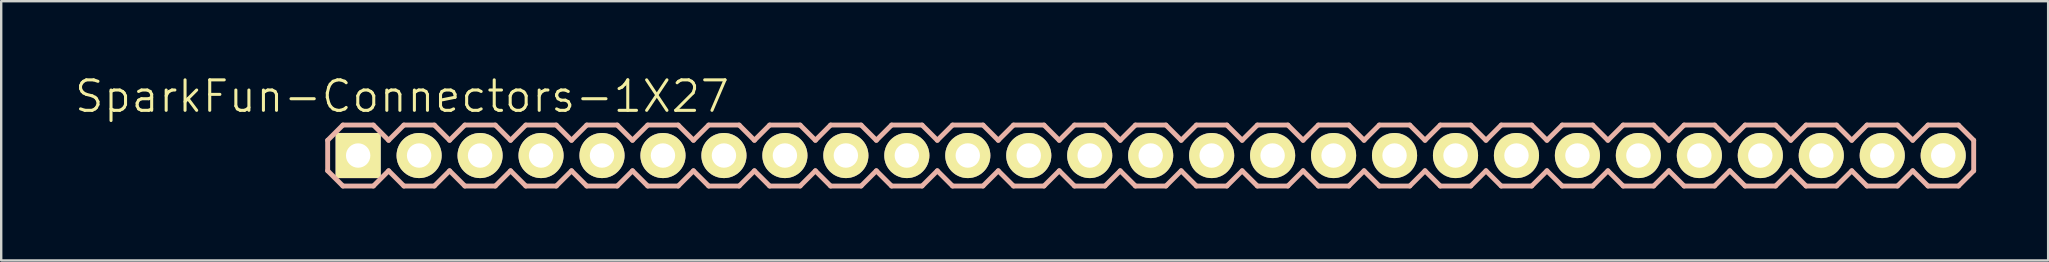
<source format=kicad_pcb>
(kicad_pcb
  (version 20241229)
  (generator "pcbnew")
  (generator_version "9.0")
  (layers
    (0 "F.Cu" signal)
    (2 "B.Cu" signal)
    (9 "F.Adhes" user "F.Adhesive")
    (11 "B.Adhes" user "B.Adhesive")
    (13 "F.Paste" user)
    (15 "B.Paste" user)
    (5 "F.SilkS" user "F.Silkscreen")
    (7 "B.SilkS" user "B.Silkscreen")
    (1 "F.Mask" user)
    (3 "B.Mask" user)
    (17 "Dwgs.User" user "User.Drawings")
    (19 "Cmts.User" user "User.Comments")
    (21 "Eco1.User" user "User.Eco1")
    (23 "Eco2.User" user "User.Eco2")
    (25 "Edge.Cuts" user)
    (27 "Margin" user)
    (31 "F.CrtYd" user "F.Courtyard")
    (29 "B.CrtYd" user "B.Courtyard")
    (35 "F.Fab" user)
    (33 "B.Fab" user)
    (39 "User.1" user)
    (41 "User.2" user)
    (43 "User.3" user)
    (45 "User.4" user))
  (footprint "SparkFun-Connectors-1X27"
    (layer "F.Cu")
    (at 11.872 3.43)
    (property "Reference" "SparkFun-Connectors-1X27" (at 1.829 -2.464 0) (layer "F.SilkS") (effects (font (size 1.27 1.27) (thickness 0.127))))
    (attr exclude_from_pos_files exclude_from_bom)
    (fp_line (start -0.254 -0.254) (end 0.254 -0.254) (stroke (width 0.066) (type solid)) (layer "F.SilkS"))
    (fp_line (start -0.254 0.254) (end -0.254 -0.254) (stroke (width 0.066) (type solid)) (layer "F.SilkS"))
    (fp_line (start -0.254 0.254) (end 0.254 0.254) (stroke (width 0.066) (type solid)) (layer "F.SilkS"))
    (fp_line (start 0.254 0.254) (end 0.254 -0.254) (stroke (width 0.066) (type solid)) (layer "F.SilkS"))
    (fp_line (start 2.286 -0.254) (end 2.794 -0.254) (stroke (width 0.066) (type solid)) (layer "F.SilkS"))
    (fp_line (start 2.286 0.254) (end 2.286 -0.254) (stroke (width 0.066) (type solid)) (layer "F.SilkS"))
    (fp_line (start 2.286 0.254) (end 2.794 0.254) (stroke (width 0.066) (type solid)) (layer "F.SilkS"))
    (fp_line (start 2.794 0.254) (end 2.794 -0.254) (stroke (width 0.066) (type solid)) (layer "F.SilkS"))
    (fp_line (start 4.826 -0.254) (end 5.334 -0.254) (stroke (width 0.066) (type solid)) (layer "F.SilkS"))
    (fp_line (start 4.826 0.254) (end 4.826 -0.254) (stroke (width 0.066) (type solid)) (layer "F.SilkS"))
    (fp_line (start 4.826 0.254) (end 5.334 0.254) (stroke (width 0.066) (type solid)) (layer "F.SilkS"))
    (fp_line (start 5.334 0.254) (end 5.334 -0.254) (stroke (width 0.066) (type solid)) (layer "F.SilkS"))
    (fp_line (start 7.366 -0.254) (end 7.874 -0.254) (stroke (width 0.066) (type solid)) (layer "F.SilkS"))
    (fp_line (start 7.366 0.254) (end 7.366 -0.254) (stroke (width 0.066) (type solid)) (layer "F.SilkS"))
    (fp_line (start 7.366 0.254) (end 7.874 0.254) (stroke (width 0.066) (type solid)) (layer "F.SilkS"))
    (fp_line (start 7.874 0.254) (end 7.874 -0.254) (stroke (width 0.066) (type solid)) (layer "F.SilkS"))
    (fp_line (start 9.906 -0.254) (end 10.414 -0.254) (stroke (width 0.066) (type solid)) (layer "F.SilkS"))
    (fp_line (start 9.906 0.254) (end 9.906 -0.254) (stroke (width 0.066) (type solid)) (layer "F.SilkS"))
    (fp_line (start 9.906 0.254) (end 10.414 0.254) (stroke (width 0.066) (type solid)) (layer "F.SilkS"))
    (fp_line (start 10.414 0.254) (end 10.414 -0.254) (stroke (width 0.066) (type solid)) (layer "F.SilkS"))
    (fp_line (start 12.446 -0.254) (end 12.954 -0.254) (stroke (width 0.066) (type solid)) (layer "F.SilkS"))
    (fp_line (start 12.446 0.254) (end 12.446 -0.254) (stroke (width 0.066) (type solid)) (layer "F.SilkS"))
    (fp_line (start 12.446 0.254) (end 12.954 0.254) (stroke (width 0.066) (type solid)) (layer "F.SilkS"))
    (fp_line (start 12.954 0.254) (end 12.954 -0.254) (stroke (width 0.066) (type solid)) (layer "F.SilkS"))
    (fp_line (start 14.986 -0.254) (end 15.494 -0.254) (stroke (width 0.066) (type solid)) (layer "F.SilkS"))
    (fp_line (start 14.986 0.254) (end 14.986 -0.254) (stroke (width 0.066) (type solid)) (layer "F.SilkS"))
    (fp_line (start 14.986 0.254) (end 15.494 0.254) (stroke (width 0.066) (type solid)) (layer "F.SilkS"))
    (fp_line (start 15.494 0.254) (end 15.494 -0.254) (stroke (width 0.066) (type solid)) (layer "F.SilkS"))
    (fp_line (start 17.523 -0.254) (end 18.034 -0.254) (stroke (width 0.066) (type solid)) (layer "F.SilkS"))
    (fp_line (start 17.523 0.254) (end 17.523 -0.254) (stroke (width 0.066) (type solid)) (layer "F.SilkS"))
    (fp_line (start 17.523 0.254) (end 18.034 0.254) (stroke (width 0.066) (type solid)) (layer "F.SilkS"))
    (fp_line (start 18.034 0.254) (end 18.034 -0.254) (stroke (width 0.066) (type solid)) (layer "F.SilkS"))
    (fp_line (start 20.066 -0.254) (end 20.574 -0.254) (stroke (width 0.066) (type solid)) (layer "F.SilkS"))
    (fp_line (start 20.066 0.254) (end 20.066 -0.254) (stroke (width 0.066) (type solid)) (layer "F.SilkS"))
    (fp_line (start 20.066 0.254) (end 20.574 0.254) (stroke (width 0.066) (type solid)) (layer "F.SilkS"))
    (fp_line (start 20.574 0.254) (end 20.574 -0.254) (stroke (width 0.066) (type solid)) (layer "F.SilkS"))
    (fp_line (start 22.606 -0.254) (end 23.114 -0.254) (stroke (width 0.066) (type solid)) (layer "F.SilkS"))
    (fp_line (start 22.606 0.254) (end 22.606 -0.254) (stroke (width 0.066) (type solid)) (layer "F.SilkS"))
    (fp_line (start 22.606 0.254) (end 23.114 0.254) (stroke (width 0.066) (type solid)) (layer "F.SilkS"))
    (fp_line (start 23.114 0.254) (end 23.114 -0.254) (stroke (width 0.066) (type solid)) (layer "F.SilkS"))
    (fp_line (start 25.146 -0.254) (end 25.654 -0.254) (stroke (width 0.066) (type solid)) (layer "F.SilkS"))
    (fp_line (start 25.146 0.254) (end 25.146 -0.254) (stroke (width 0.066) (type solid)) (layer "F.SilkS"))
    (fp_line (start 25.146 0.254) (end 25.654 0.254) (stroke (width 0.066) (type solid)) (layer "F.SilkS"))
    (fp_line (start 25.654 0.254) (end 25.654 -0.254) (stroke (width 0.066) (type solid)) (layer "F.SilkS"))
    (fp_line (start 27.686 -0.254) (end 28.194 -0.254) (stroke (width 0.066) (type solid)) (layer "F.SilkS"))
    (fp_line (start 27.686 0.254) (end 27.686 -0.254) (stroke (width 0.066) (type solid)) (layer "F.SilkS"))
    (fp_line (start 27.686 0.254) (end 28.194 0.254) (stroke (width 0.066) (type solid)) (layer "F.SilkS"))
    (fp_line (start 28.194 0.254) (end 28.194 -0.254) (stroke (width 0.066) (type solid)) (layer "F.SilkS"))
    (fp_line (start 30.226 -0.254) (end 30.734 -0.254) (stroke (width 0.066) (type solid)) (layer "F.SilkS"))
    (fp_line (start 30.226 0.254) (end 30.226 -0.254) (stroke (width 0.066) (type solid)) (layer "F.SilkS"))
    (fp_line (start 30.226 0.254) (end 30.734 0.254) (stroke (width 0.066) (type solid)) (layer "F.SilkS"))
    (fp_line (start 30.734 0.254) (end 30.734 -0.254) (stroke (width 0.066) (type solid)) (layer "F.SilkS"))
    (fp_line (start 32.766 -0.254) (end 33.274 -0.254) (stroke (width 0.066) (type solid)) (layer "F.SilkS"))
    (fp_line (start 32.766 0.254) (end 32.766 -0.254) (stroke (width 0.066) (type solid)) (layer "F.SilkS"))
    (fp_line (start 32.766 0.254) (end 33.274 0.254) (stroke (width 0.066) (type solid)) (layer "F.SilkS"))
    (fp_line (start 33.274 0.254) (end 33.274 -0.254) (stroke (width 0.066) (type solid)) (layer "F.SilkS"))
    (fp_line (start 35.303 -0.254) (end 35.814 -0.254) (stroke (width 0.066) (type solid)) (layer "F.SilkS"))
    (fp_line (start 35.303 0.254) (end 35.303 -0.254) (stroke (width 0.066) (type solid)) (layer "F.SilkS"))
    (fp_line (start 35.303 0.254) (end 35.814 0.254) (stroke (width 0.066) (type solid)) (layer "F.SilkS"))
    (fp_line (start 35.814 0.254) (end 35.814 -0.254) (stroke (width 0.066) (type solid)) (layer "F.SilkS"))
    (fp_line (start 37.846 -0.254) (end 38.354 -0.254) (stroke (width 0.066) (type solid)) (layer "F.SilkS"))
    (fp_line (start 37.846 0.254) (end 37.846 -0.254) (stroke (width 0.066) (type solid)) (layer "F.SilkS"))
    (fp_line (start 37.846 0.254) (end 38.354 0.254) (stroke (width 0.066) (type solid)) (layer "F.SilkS"))
    (fp_line (start 38.354 0.254) (end 38.354 -0.254) (stroke (width 0.066) (type solid)) (layer "F.SilkS"))
    (fp_line (start 40.386 -0.254) (end 40.894 -0.254) (stroke (width 0.066) (type solid)) (layer "F.SilkS"))
    (fp_line (start 40.386 0.254) (end 40.386 -0.254) (stroke (width 0.066) (type solid)) (layer "F.SilkS"))
    (fp_line (start 40.386 0.254) (end 40.894 0.254) (stroke (width 0.066) (type solid)) (layer "F.SilkS"))
    (fp_line (start 40.894 0.254) (end 40.894 -0.254) (stroke (width 0.066) (type solid)) (layer "F.SilkS"))
    (fp_line (start 42.926 -0.254) (end 43.434 -0.254) (stroke (width 0.066) (type solid)) (layer "F.SilkS"))
    (fp_line (start 42.926 0.254) (end 42.926 -0.254) (stroke (width 0.066) (type solid)) (layer "F.SilkS"))
    (fp_line (start 42.926 0.254) (end 43.434 0.254) (stroke (width 0.066) (type solid)) (layer "F.SilkS"))
    (fp_line (start 43.434 0.254) (end 43.434 -0.254) (stroke (width 0.066) (type solid)) (layer "F.SilkS"))
    (fp_line (start 45.466 -0.254) (end 45.974 -0.254) (stroke (width 0.066) (type solid)) (layer "F.SilkS"))
    (fp_line (start 45.466 0.254) (end 45.466 -0.254) (stroke (width 0.066) (type solid)) (layer "F.SilkS"))
    (fp_line (start 45.466 0.254) (end 45.974 0.254) (stroke (width 0.066) (type solid)) (layer "F.SilkS"))
    (fp_line (start 45.974 0.254) (end 45.974 -0.254) (stroke (width 0.066) (type solid)) (layer "F.SilkS"))
    (fp_line (start 48.006 -0.254) (end 48.514 -0.254) (stroke (width 0.066) (type solid)) (layer "F.SilkS"))
    (fp_line (start 48.006 0.254) (end 48.006 -0.254) (stroke (width 0.066) (type solid)) (layer "F.SilkS"))
    (fp_line (start 48.006 0.254) (end 48.514 0.254) (stroke (width 0.066) (type solid)) (layer "F.SilkS"))
    (fp_line (start 48.514 0.254) (end 48.514 -0.254) (stroke (width 0.066) (type solid)) (layer "F.SilkS"))
    (fp_line (start 50.546 -0.254) (end 51.051 -0.254) (stroke (width 0.066) (type solid)) (layer "F.SilkS"))
    (fp_line (start 50.546 0.254) (end 50.546 -0.254) (stroke (width 0.066) (type solid)) (layer "F.SilkS"))
    (fp_line (start 50.546 0.254) (end 51.051 0.254) (stroke (width 0.066) (type solid)) (layer "F.SilkS"))
    (fp_line (start 51.051 0.254) (end 51.051 -0.254) (stroke (width 0.066) (type solid)) (layer "F.SilkS"))
    (fp_line (start 53.086 -0.254) (end 53.594 -0.254) (stroke (width 0.066) (type solid)) (layer "F.SilkS"))
    (fp_line (start 53.086 0.254) (end 53.086 -0.254) (stroke (width 0.066) (type solid)) (layer "F.SilkS"))
    (fp_line (start 53.086 0.254) (end 53.594 0.254) (stroke (width 0.066) (type solid)) (layer "F.SilkS"))
    (fp_line (start 53.594 0.254) (end 53.594 -0.254) (stroke (width 0.066) (type solid)) (layer "F.SilkS"))
    (fp_line (start 55.626 -0.254) (end 56.134 -0.254) (stroke (width 0.066) (type solid)) (layer "F.SilkS"))
    (fp_line (start 55.626 0.254) (end 55.626 -0.254) (stroke (width 0.066) (type solid)) (layer "F.SilkS"))
    (fp_line (start 55.626 0.254) (end 56.134 0.254) (stroke (width 0.066) (type solid)) (layer "F.SilkS"))
    (fp_line (start 56.134 0.254) (end 56.134 -0.254) (stroke (width 0.066) (type solid)) (layer "F.SilkS"))
    (fp_line (start 58.166 -0.254) (end 58.674 -0.254) (stroke (width 0.066) (type solid)) (layer "F.SilkS"))
    (fp_line (start 58.166 0.254) (end 58.166 -0.254) (stroke (width 0.066) (type solid)) (layer "F.SilkS"))
    (fp_line (start 58.166 0.254) (end 58.674 0.254) (stroke (width 0.066) (type solid)) (layer "F.SilkS"))
    (fp_line (start 58.674 0.254) (end 58.674 -0.254) (stroke (width 0.066) (type solid)) (layer "F.SilkS"))
    (fp_line (start 60.706 -0.254) (end 61.214 -0.254) (stroke (width 0.066) (type solid)) (layer "F.SilkS"))
    (fp_line (start 60.706 0.254) (end 60.706 -0.254) (stroke (width 0.066) (type solid)) (layer "F.SilkS"))
    (fp_line (start 60.706 0.254) (end 61.214 0.254) (stroke (width 0.066) (type solid)) (layer "F.SilkS"))
    (fp_line (start 61.214 0.254) (end 61.214 -0.254) (stroke (width 0.066) (type solid)) (layer "F.SilkS"))
    (fp_line (start 63.246 -0.254) (end 63.751 -0.254) (stroke (width 0.066) (type solid)) (layer "F.SilkS"))
    (fp_line (start 63.246 0.254) (end 63.246 -0.254) (stroke (width 0.066) (type solid)) (layer "F.SilkS"))
    (fp_line (start 63.246 0.254) (end 63.751 0.254) (stroke (width 0.066) (type solid)) (layer "F.SilkS"))
    (fp_line (start 63.751 0.254) (end 63.751 -0.254) (stroke (width 0.066) (type solid)) (layer "F.SilkS"))
    (fp_line (start 65.786 -0.254) (end 66.294 -0.254) (stroke (width 0.066) (type solid)) (layer "F.SilkS"))
    (fp_line (start 65.786 0.254) (end 65.786 -0.254) (stroke (width 0.066) (type solid)) (layer "F.SilkS"))
    (fp_line (start 65.786 0.254) (end 66.294 0.254) (stroke (width 0.066) (type solid)) (layer "F.SilkS"))
    (fp_line (start 66.294 0.254) (end 66.294 -0.254) (stroke (width 0.066) (type solid)) (layer "F.SilkS"))
    (fp_line (start -1.27 -0.635) (end -1.27 0.635) (stroke (width 0.203) (type solid)) (layer "B.SilkS"))
    (fp_line (start -1.27 0.635) (end -0.635 1.27) (stroke (width 0.203) (type solid)) (layer "B.SilkS"))
    (fp_line (start -0.635 -1.27) (end -1.27 -0.635) (stroke (width 0.203) (type solid)) (layer "B.SilkS"))
    (fp_line (start -0.635 -1.27) (end 0.635 -1.27) (stroke (width 0.203) (type solid)) (layer "B.SilkS"))
    (fp_line (start 0.635 -1.27) (end 1.27 -0.635) (stroke (width 0.203) (type solid)) (layer "B.SilkS"))
    (fp_line (start 0.635 1.27) (end -0.635 1.27) (stroke (width 0.203) (type solid)) (layer "B.SilkS"))
    (fp_line (start 1.27 -0.635) (end 1.905 -1.27) (stroke (width 0.203) (type solid)) (layer "B.SilkS"))
    (fp_line (start 1.27 0.635) (end 0.635 1.27) (stroke (width 0.203) (type solid)) (layer "B.SilkS"))
    (fp_line (start 1.905 -1.27) (end 3.175 -1.27) (stroke (width 0.203) (type solid)) (layer "B.SilkS"))
    (fp_line (start 1.905 1.27) (end 1.27 0.635) (stroke (width 0.203) (type solid)) (layer "B.SilkS"))
    (fp_line (start 3.175 -1.27) (end 3.81 -0.635) (stroke (width 0.203) (type solid)) (layer "B.SilkS"))
    (fp_line (start 3.175 1.27) (end 1.905 1.27) (stroke (width 0.203) (type solid)) (layer "B.SilkS"))
    (fp_line (start 3.81 -0.635) (end 4.445 -1.27) (stroke (width 0.203) (type solid)) (layer "B.SilkS"))
    (fp_line (start 3.81 0.635) (end 3.175 1.27) (stroke (width 0.203) (type solid)) (layer "B.SilkS"))
    (fp_line (start 4.445 -1.27) (end 5.715 -1.27) (stroke (width 0.203) (type solid)) (layer "B.SilkS"))
    (fp_line (start 4.445 1.27) (end 3.81 0.635) (stroke (width 0.203) (type solid)) (layer "B.SilkS"))
    (fp_line (start 5.715 -1.27) (end 6.35 -0.635) (stroke (width 0.203) (type solid)) (layer "B.SilkS"))
    (fp_line (start 5.715 1.27) (end 4.445 1.27) (stroke (width 0.203) (type solid)) (layer "B.SilkS"))
    (fp_line (start 6.35 0.635) (end 5.715 1.27) (stroke (width 0.203) (type solid)) (layer "B.SilkS"))
    (fp_line (start 6.35 0.635) (end 6.985 1.27) (stroke (width 0.203) (type solid)) (layer "B.SilkS"))
    (fp_line (start 6.985 -1.27) (end 6.35 -0.635) (stroke (width 0.203) (type solid)) (layer "B.SilkS"))
    (fp_line (start 6.985 -1.27) (end 8.255 -1.27) (stroke (width 0.203) (type solid)) (layer "B.SilkS"))
    (fp_line (start 8.255 -1.27) (end 8.89 -0.635) (stroke (width 0.203) (type solid)) (layer "B.SilkS"))
    (fp_line (start 8.255 1.27) (end 6.985 1.27) (stroke (width 0.203) (type solid)) (layer "B.SilkS"))
    (fp_line (start 8.89 -0.635) (end 9.525 -1.27) (stroke (width 0.203) (type solid)) (layer "B.SilkS"))
    (fp_line (start 8.89 0.635) (end 8.255 1.27) (stroke (width 0.203) (type solid)) (layer "B.SilkS"))
    (fp_line (start 9.525 -1.27) (end 10.795 -1.27) (stroke (width 0.203) (type solid)) (layer "B.SilkS"))
    (fp_line (start 9.525 1.27) (end 8.89 0.635) (stroke (width 0.203) (type solid)) (layer "B.SilkS"))
    (fp_line (start 10.795 -1.27) (end 11.43 -0.635) (stroke (width 0.203) (type solid)) (layer "B.SilkS"))
    (fp_line (start 10.795 1.27) (end 9.525 1.27) (stroke (width 0.203) (type solid)) (layer "B.SilkS"))
    (fp_line (start 11.43 -0.635) (end 12.065 -1.27) (stroke (width 0.203) (type solid)) (layer "B.SilkS"))
    (fp_line (start 11.43 0.635) (end 10.795 1.27) (stroke (width 0.203) (type solid)) (layer "B.SilkS"))
    (fp_line (start 12.065 -1.27) (end 13.335 -1.27) (stroke (width 0.203) (type solid)) (layer "B.SilkS"))
    (fp_line (start 12.065 1.27) (end 11.43 0.635) (stroke (width 0.203) (type solid)) (layer "B.SilkS"))
    (fp_line (start 13.335 -1.27) (end 13.97 -0.635) (stroke (width 0.203) (type solid)) (layer "B.SilkS"))
    (fp_line (start 13.335 1.27) (end 12.065 1.27) (stroke (width 0.203) (type solid)) (layer "B.SilkS"))
    (fp_line (start 13.97 0.635) (end 13.335 1.27) (stroke (width 0.203) (type solid)) (layer "B.SilkS"))
    (fp_line (start 13.97 0.635) (end 14.605 1.27) (stroke (width 0.203) (type solid)) (layer "B.SilkS"))
    (fp_line (start 14.605 -1.27) (end 13.97 -0.635) (stroke (width 0.203) (type solid)) (layer "B.SilkS"))
    (fp_line (start 14.605 -1.27) (end 15.875 -1.27) (stroke (width 0.203) (type solid)) (layer "B.SilkS"))
    (fp_line (start 15.875 -1.27) (end 16.51 -0.635) (stroke (width 0.203) (type solid)) (layer "B.SilkS"))
    (fp_line (start 15.875 1.27) (end 14.605 1.27) (stroke (width 0.203) (type solid)) (layer "B.SilkS"))
    (fp_line (start 16.51 0.635) (end 15.875 1.27) (stroke (width 0.203) (type solid)) (layer "B.SilkS"))
    (fp_line (start 16.51 0.635) (end 17.145 1.27) (stroke (width 0.203) (type solid)) (layer "B.SilkS"))
    (fp_line (start 17.145 -1.27) (end 16.51 -0.635) (stroke (width 0.203) (type solid)) (layer "B.SilkS"))
    (fp_line (start 17.145 -1.27) (end 18.415 -1.27) (stroke (width 0.203) (type solid)) (layer "B.SilkS"))
    (fp_line (start 18.415 -1.27) (end 19.05 -0.635) (stroke (width 0.203) (type solid)) (layer "B.SilkS"))
    (fp_line (start 18.415 1.27) (end 17.145 1.27) (stroke (width 0.203) (type solid)) (layer "B.SilkS"))
    (fp_line (start 19.05 -0.635) (end 19.685 -1.27) (stroke (width 0.203) (type solid)) (layer "B.SilkS"))
    (fp_line (start 19.05 0.635) (end 18.415 1.27) (stroke (width 0.203) (type solid)) (layer "B.SilkS"))
    (fp_line (start 19.685 -1.27) (end 20.955 -1.27) (stroke (width 0.203) (type solid)) (layer "B.SilkS"))
    (fp_line (start 19.685 1.27) (end 19.05 0.635) (stroke (width 0.203) (type solid)) (layer "B.SilkS"))
    (fp_line (start 20.955 -1.27) (end 21.59 -0.635) (stroke (width 0.203) (type solid)) (layer "B.SilkS"))
    (fp_line (start 20.955 1.27) (end 19.685 1.27) (stroke (width 0.203) (type solid)) (layer "B.SilkS"))
    (fp_line (start 21.59 -0.635) (end 22.225 -1.27) (stroke (width 0.203) (type solid)) (layer "B.SilkS"))
    (fp_line (start 21.59 0.635) (end 20.955 1.27) (stroke (width 0.203) (type solid)) (layer "B.SilkS"))
    (fp_line (start 22.225 -1.27) (end 23.495 -1.27) (stroke (width 0.203) (type solid)) (layer "B.SilkS"))
    (fp_line (start 22.225 1.27) (end 21.59 0.635) (stroke (width 0.203) (type solid)) (layer "B.SilkS"))
    (fp_line (start 23.495 -1.27) (end 24.13 -0.635) (stroke (width 0.203) (type solid)) (layer "B.SilkS"))
    (fp_line (start 23.495 1.27) (end 22.225 1.27) (stroke (width 0.203) (type solid)) (layer "B.SilkS"))
    (fp_line (start 24.13 0.635) (end 23.495 1.27) (stroke (width 0.203) (type solid)) (layer "B.SilkS"))
    (fp_line (start 24.13 0.635) (end 24.765 1.27) (stroke (width 0.203) (type solid)) (layer "B.SilkS"))
    (fp_line (start 24.765 -1.27) (end 24.13 -0.635) (stroke (width 0.203) (type solid)) (layer "B.SilkS"))
    (fp_line (start 24.765 -1.27) (end 26.035 -1.27) (stroke (width 0.203) (type solid)) (layer "B.SilkS"))
    (fp_line (start 26.035 -1.27) (end 26.67 -0.635) (stroke (width 0.203) (type solid)) (layer "B.SilkS"))
    (fp_line (start 26.035 1.27) (end 24.765 1.27) (stroke (width 0.203) (type solid)) (layer "B.SilkS"))
    (fp_line (start 26.67 -0.635) (end 27.305 -1.27) (stroke (width 0.203) (type solid)) (layer "B.SilkS"))
    (fp_line (start 26.67 0.635) (end 26.035 1.27) (stroke (width 0.203) (type solid)) (layer "B.SilkS"))
    (fp_line (start 27.305 -1.27) (end 28.575 -1.27) (stroke (width 0.203) (type solid)) (layer "B.SilkS"))
    (fp_line (start 27.305 1.27) (end 26.67 0.635) (stroke (width 0.203) (type solid)) (layer "B.SilkS"))
    (fp_line (start 28.575 -1.27) (end 29.21 -0.635) (stroke (width 0.203) (type solid)) (layer "B.SilkS"))
    (fp_line (start 28.575 1.27) (end 27.305 1.27) (stroke (width 0.203) (type solid)) (layer "B.SilkS"))
    (fp_line (start 29.21 -0.635) (end 29.845 -1.27) (stroke (width 0.203) (type solid)) (layer "B.SilkS"))
    (fp_line (start 29.21 0.635) (end 28.575 1.27) (stroke (width 0.203) (type solid)) (layer "B.SilkS"))
    (fp_line (start 29.845 -1.27) (end 31.115 -1.27) (stroke (width 0.203) (type solid)) (layer "B.SilkS"))
    (fp_line (start 29.845 1.27) (end 29.21 0.635) (stroke (width 0.203) (type solid)) (layer "B.SilkS"))
    (fp_line (start 31.115 -1.27) (end 31.75 -0.635) (stroke (width 0.203) (type solid)) (layer "B.SilkS"))
    (fp_line (start 31.115 1.27) (end 29.845 1.27) (stroke (width 0.203) (type solid)) (layer "B.SilkS"))
    (fp_line (start 31.75 0.635) (end 31.115 1.27) (stroke (width 0.203) (type solid)) (layer "B.SilkS"))
    (fp_line (start 31.75 0.635) (end 32.385 1.27) (stroke (width 0.203) (type solid)) (layer "B.SilkS"))
    (fp_line (start 32.385 -1.27) (end 31.75 -0.635) (stroke (width 0.203) (type solid)) (layer "B.SilkS"))
    (fp_line (start 32.385 -1.27) (end 33.655 -1.27) (stroke (width 0.203) (type solid)) (layer "B.SilkS"))
    (fp_line (start 33.655 -1.27) (end 34.29 -0.635) (stroke (width 0.203) (type solid)) (layer "B.SilkS"))
    (fp_line (start 33.655 1.27) (end 32.385 1.27) (stroke (width 0.203) (type solid)) (layer "B.SilkS"))
    (fp_line (start 34.29 0.635) (end 33.655 1.27) (stroke (width 0.203) (type solid)) (layer "B.SilkS"))
    (fp_line (start 34.29 0.635) (end 34.925 1.27) (stroke (width 0.203) (type solid)) (layer "B.SilkS"))
    (fp_line (start 34.925 -1.27) (end 34.29 -0.635) (stroke (width 0.203) (type solid)) (layer "B.SilkS"))
    (fp_line (start 34.925 -1.27) (end 36.195 -1.27) (stroke (width 0.203) (type solid)) (layer "B.SilkS"))
    (fp_line (start 36.195 -1.27) (end 36.83 -0.635) (stroke (width 0.203) (type solid)) (layer "B.SilkS"))
    (fp_line (start 36.195 1.27) (end 34.925 1.27) (stroke (width 0.203) (type solid)) (layer "B.SilkS"))
    (fp_line (start 36.83 0.635) (end 36.195 1.27) (stroke (width 0.203) (type solid)) (layer "B.SilkS"))
    (fp_line (start 36.83 0.635) (end 37.465 1.27) (stroke (width 0.203) (type solid)) (layer "B.SilkS"))
    (fp_line (start 37.465 -1.27) (end 36.83 -0.635) (stroke (width 0.203) (type solid)) (layer "B.SilkS"))
    (fp_line (start 37.465 -1.27) (end 38.735 -1.27) (stroke (width 0.203) (type solid)) (layer "B.SilkS"))
    (fp_line (start 38.735 -1.27) (end 39.37 -0.635) (stroke (width 0.203) (type solid)) (layer "B.SilkS"))
    (fp_line (start 38.735 1.27) (end 37.465 1.27) (stroke (width 0.203) (type solid)) (layer "B.SilkS"))
    (fp_line (start 39.37 0.635) (end 38.735 1.27) (stroke (width 0.203) (type solid)) (layer "B.SilkS"))
    (fp_line (start 39.37 0.635) (end 40.005 1.27) (stroke (width 0.203) (type solid)) (layer "B.SilkS"))
    (fp_line (start 40.005 -1.27) (end 39.37 -0.635) (stroke (width 0.203) (type solid)) (layer "B.SilkS"))
    (fp_line (start 40.005 -1.27) (end 41.275 -1.27) (stroke (width 0.203) (type solid)) (layer "B.SilkS"))
    (fp_line (start 41.275 -1.27) (end 41.91 -0.635) (stroke (width 0.203) (type solid)) (layer "B.SilkS"))
    (fp_line (start 41.275 1.27) (end 40.005 1.27) (stroke (width 0.203) (type solid)) (layer "B.SilkS"))
    (fp_line (start 41.91 0.635) (end 41.275 1.27) (stroke (width 0.203) (type solid)) (layer "B.SilkS"))
    (fp_line (start 41.91 0.635) (end 42.545 1.27) (stroke (width 0.203) (type solid)) (layer "B.SilkS"))
    (fp_line (start 42.545 -1.27) (end 41.91 -0.635) (stroke (width 0.203) (type solid)) (layer "B.SilkS"))
    (fp_line (start 42.545 -1.27) (end 43.815 -1.27) (stroke (width 0.203) (type solid)) (layer "B.SilkS"))
    (fp_line (start 43.815 -1.27) (end 44.45 -0.635) (stroke (width 0.203) (type solid)) (layer "B.SilkS"))
    (fp_line (start 43.815 1.27) (end 42.545 1.27) (stroke (width 0.203) (type solid)) (layer "B.SilkS"))
    (fp_line (start 44.45 0.635) (end 43.815 1.27) (stroke (width 0.203) (type solid)) (layer "B.SilkS"))
    (fp_line (start 44.45 0.635) (end 45.085 1.27) (stroke (width 0.203) (type solid)) (layer "B.SilkS"))
    (fp_line (start 45.085 -1.27) (end 44.45 -0.635) (stroke (width 0.203) (type solid)) (layer "B.SilkS"))
    (fp_line (start 45.085 -1.27) (end 46.355 -1.27) (stroke (width 0.203) (type solid)) (layer "B.SilkS"))
    (fp_line (start 46.355 -1.27) (end 46.99 -0.635) (stroke (width 0.203) (type solid)) (layer "B.SilkS"))
    (fp_line (start 46.355 1.27) (end 45.085 1.27) (stroke (width 0.203) (type solid)) (layer "B.SilkS"))
    (fp_line (start 46.99 0.635) (end 46.355 1.27) (stroke (width 0.203) (type solid)) (layer "B.SilkS"))
    (fp_line (start 46.99 0.635) (end 47.625 1.27) (stroke (width 0.203) (type solid)) (layer "B.SilkS"))
    (fp_line (start 47.625 -1.27) (end 46.99 -0.635) (stroke (width 0.203) (type solid)) (layer "B.SilkS"))
    (fp_line (start 47.625 -1.27) (end 48.895 -1.27) (stroke (width 0.203) (type solid)) (layer "B.SilkS"))
    (fp_line (start 48.895 -1.27) (end 49.53 -0.635) (stroke (width 0.203) (type solid)) (layer "B.SilkS"))
    (fp_line (start 48.895 1.27) (end 47.625 1.27) (stroke (width 0.203) (type solid)) (layer "B.SilkS"))
    (fp_line (start 49.53 0.635) (end 48.895 1.27) (stroke (width 0.203) (type solid)) (layer "B.SilkS"))
    (fp_line (start 49.53 0.635) (end 50.165 1.27) (stroke (width 0.203) (type solid)) (layer "B.SilkS"))
    (fp_line (start 50.165 -1.27) (end 49.53 -0.635) (stroke (width 0.203) (type solid)) (layer "B.SilkS"))
    (fp_line (start 50.165 -1.27) (end 51.435 -1.27) (stroke (width 0.203) (type solid)) (layer "B.SilkS"))
    (fp_line (start 51.435 -1.27) (end 52.07 -0.635) (stroke (width 0.203) (type solid)) (layer "B.SilkS"))
    (fp_line (start 51.435 1.27) (end 50.165 1.27) (stroke (width 0.203) (type solid)) (layer "B.SilkS"))
    (fp_line (start 52.07 0.635) (end 51.435 1.27) (stroke (width 0.203) (type solid)) (layer "B.SilkS"))
    (fp_line (start 52.07 0.635) (end 52.705 1.27) (stroke (width 0.203) (type solid)) (layer "B.SilkS"))
    (fp_line (start 52.705 -1.27) (end 52.07 -0.635) (stroke (width 0.203) (type solid)) (layer "B.SilkS"))
    (fp_line (start 52.705 -1.27) (end 53.975 -1.27) (stroke (width 0.203) (type solid)) (layer "B.SilkS"))
    (fp_line (start 53.975 -1.27) (end 54.61 -0.635) (stroke (width 0.203) (type solid)) (layer "B.SilkS"))
    (fp_line (start 53.975 1.27) (end 52.705 1.27) (stroke (width 0.203) (type solid)) (layer "B.SilkS"))
    (fp_line (start 54.61 0.635) (end 53.975 1.27) (stroke (width 0.203) (type solid)) (layer "B.SilkS"))
    (fp_line (start 54.61 0.635) (end 55.245 1.27) (stroke (width 0.203) (type solid)) (layer "B.SilkS"))
    (fp_line (start 55.245 -1.27) (end 54.61 -0.635) (stroke (width 0.203) (type solid)) (layer "B.SilkS"))
    (fp_line (start 55.245 -1.27) (end 56.515 -1.27) (stroke (width 0.203) (type solid)) (layer "B.SilkS"))
    (fp_line (start 56.515 -1.27) (end 57.15 -0.635) (stroke (width 0.203) (type solid)) (layer "B.SilkS"))
    (fp_line (start 56.515 1.27) (end 55.245 1.27) (stroke (width 0.203) (type solid)) (layer "B.SilkS"))
    (fp_line (start 57.15 -0.635) (end 57.785 -1.27) (stroke (width 0.203) (type solid)) (layer "B.SilkS"))
    (fp_line (start 57.15 0.635) (end 56.515 1.27) (stroke (width 0.203) (type solid)) (layer "B.SilkS"))
    (fp_line (start 57.15 0.635) (end 57.785 1.27) (stroke (width 0.203) (type solid)) (layer "B.SilkS"))
    (fp_line (start 57.785 -1.27) (end 59.055 -1.27) (stroke (width 0.203) (type solid)) (layer "B.SilkS"))
    (fp_line (start 59.055 -1.27) (end 59.69 -0.635) (stroke (width 0.203) (type solid)) (layer "B.SilkS"))
    (fp_line (start 59.055 1.27) (end 57.785 1.27) (stroke (width 0.203) (type solid)) (layer "B.SilkS"))
    (fp_line (start 59.69 0.635) (end 59.055 1.27) (stroke (width 0.203) (type solid)) (layer "B.SilkS"))
    (fp_line (start 59.69 0.635) (end 60.325 1.27) (stroke (width 0.203) (type solid)) (layer "B.SilkS"))
    (fp_line (start 60.325 -1.27) (end 59.69 -0.635) (stroke (width 0.203) (type solid)) (layer "B.SilkS"))
    (fp_line (start 60.325 -1.27) (end 61.595 -1.27) (stroke (width 0.203) (type solid)) (layer "B.SilkS"))
    (fp_line (start 61.595 -1.27) (end 62.23 -0.635) (stroke (width 0.203) (type solid)) (layer "B.SilkS"))
    (fp_line (start 61.595 1.27) (end 60.325 1.27) (stroke (width 0.203) (type solid)) (layer "B.SilkS"))
    (fp_line (start 62.23 -0.635) (end 62.865 -1.27) (stroke (width 0.203) (type solid)) (layer "B.SilkS"))
    (fp_line (start 62.23 0.635) (end 61.595 1.27) (stroke (width 0.203) (type solid)) (layer "B.SilkS"))
    (fp_line (start 62.23 0.635) (end 62.865 1.27) (stroke (width 0.203) (type solid)) (layer "B.SilkS"))
    (fp_line (start 62.865 -1.27) (end 64.135 -1.27) (stroke (width 0.203) (type solid)) (layer "B.SilkS"))
    (fp_line (start 64.135 -1.27) (end 64.77 -0.635) (stroke (width 0.203) (type solid)) (layer "B.SilkS"))
    (fp_line (start 64.135 1.27) (end 62.865 1.27) (stroke (width 0.203) (type solid)) (layer "B.SilkS"))
    (fp_line (start 64.77 0.635) (end 64.135 1.27) (stroke (width 0.203) (type solid)) (layer "B.SilkS"))
    (fp_line (start 64.77 0.635) (end 65.405 1.27) (stroke (width 0.203) (type solid)) (layer "B.SilkS"))
    (fp_line (start 65.405 -1.27) (end 64.77 -0.635) (stroke (width 0.203) (type solid)) (layer "B.SilkS"))
    (fp_line (start 65.405 -1.27) (end 66.675 -1.27) (stroke (width 0.203) (type solid)) (layer "B.SilkS"))
    (fp_line (start 66.675 -1.27) (end 67.31 -0.635) (stroke (width 0.203) (type solid)) (layer "B.SilkS"))
    (fp_line (start 66.675 1.27) (end 65.405 1.27) (stroke (width 0.203) (type solid)) (layer "B.SilkS"))
    (fp_line (start 67.31 -0.635) (end 67.31 0.635) (stroke (width 0.203) (type solid)) (layer "B.SilkS"))
    (fp_line (start 67.31 0.635) (end 66.675 1.27) (stroke (width 0.203) (type solid)) (layer "B.SilkS"))
    (pad "1" thru_hole rect (at 0 0) (size 1.88 1.88) (drill 1.016) (layers "*.Cu" "F.Mask" "F.SilkS" "F.Paste"))
    (pad "2" thru_hole circle (at 2.54 0) (size 1.88 1.88) (drill 1.016) (layers "*.Cu" "F.Mask" "F.SilkS" "F.Paste"))
    (pad "3" thru_hole circle (at 5.08 0) (size 1.88 1.88) (drill 1.016) (layers "*.Cu" "F.Mask" "F.SilkS" "F.Paste"))
    (pad "4" thru_hole circle (at 7.62 0) (size 1.88 1.88) (drill 1.016) (layers "*.Cu" "F.Mask" "F.SilkS" "F.Paste"))
    (pad "5" thru_hole circle (at 10.16 0) (size 1.88 1.88) (drill 1.016) (layers "*.Cu" "F.Mask" "F.SilkS" "F.Paste"))
    (pad "6" thru_hole circle (at 12.7 0) (size 1.88 1.88) (drill 1.016) (layers "*.Cu" "F.Mask" "F.SilkS" "F.Paste"))
    (pad "7" thru_hole circle (at 15.24 0) (size 1.88 1.88) (drill 1.016) (layers "*.Cu" "F.Mask" "F.SilkS" "F.Paste"))
    (pad "8" thru_hole circle (at 17.78 0) (size 1.88 1.88) (drill 1.016) (layers "*.Cu" "F.Mask" "F.SilkS" "F.Paste"))
    (pad "9" thru_hole circle (at 20.32 0) (size 1.88 1.88) (drill 1.016) (layers "*.Cu" "F.Mask" "F.SilkS" "F.Paste"))
    (pad "10" thru_hole circle (at 22.86 0) (size 1.88 1.88) (drill 1.016) (layers "*.Cu" "F.Mask" "F.SilkS" "F.Paste"))
    (pad "11" thru_hole circle (at 25.4 0) (size 1.88 1.88) (drill 1.016) (layers "*.Cu" "F.Mask" "F.SilkS" "F.Paste"))
    (pad "12" thru_hole circle (at 27.94 0) (size 1.88 1.88) (drill 1.016) (layers "*.Cu" "F.Mask" "F.SilkS" "F.Paste"))
    (pad "13" thru_hole circle (at 30.48 0) (size 1.88 1.88) (drill 1.016) (layers "*.Cu" "F.Mask" "F.SilkS" "F.Paste"))
    (pad "14" thru_hole circle (at 33.02 0) (size 1.88 1.88) (drill 1.016) (layers "*.Cu" "F.Mask" "F.SilkS" "F.Paste"))
    (pad "15" thru_hole circle (at 35.56 0) (size 1.88 1.88) (drill 1.016) (layers "*.Cu" "F.Mask" "F.SilkS" "F.Paste"))
    (pad "16" thru_hole circle (at 38.1 0) (size 1.88 1.88) (drill 1.016) (layers "*.Cu" "F.Mask" "F.SilkS" "F.Paste"))
    (pad "17" thru_hole circle (at 40.64 0) (size 1.88 1.88) (drill 1.016) (layers "*.Cu" "F.Mask" "F.SilkS" "F.Paste"))
    (pad "18" thru_hole circle (at 43.18 0) (size 1.88 1.88) (drill 1.016) (layers "*.Cu" "F.Mask" "F.SilkS" "F.Paste"))
    (pad "19" thru_hole circle (at 45.72 0) (size 1.88 1.88) (drill 1.016) (layers "*.Cu" "F.Mask" "F.SilkS" "F.Paste"))
    (pad "20" thru_hole circle (at 48.26 0) (size 1.88 1.88) (drill 1.016) (layers "*.Cu" "F.Mask" "F.SilkS" "F.Paste"))
    (pad "21" thru_hole circle (at 50.8 0) (size 1.88 1.88) (drill 1.016) (layers "*.Cu" "F.Mask" "F.SilkS" "F.Paste"))
    (pad "22" thru_hole circle (at 53.34 0) (size 1.88 1.88) (drill 1.016) (layers "*.Cu" "F.Mask" "F.SilkS" "F.Paste"))
    (pad "23" thru_hole circle (at 55.88 0) (size 1.88 1.88) (drill 1.016) (layers "*.Cu" "F.Mask" "F.SilkS" "F.Paste"))
    (pad "24" thru_hole circle (at 58.42 0) (size 1.88 1.88) (drill 1.016) (layers "*.Cu" "F.Mask" "F.SilkS" "F.Paste"))
    (pad "25" thru_hole circle (at 60.96 0) (size 1.88 1.88) (drill 1.016) (layers "*.Cu" "F.Mask" "F.SilkS" "F.Paste"))
    (pad "26" thru_hole circle (at 63.5 0) (size 1.88 1.88) (drill 1.016) (layers "*.Cu" "F.Mask" "F.SilkS" "F.Paste"))
    (pad "27" thru_hole circle (at 66.04 0) (size 1.88 1.88) (drill 1.016) (layers "*.Cu" "F.Mask" "F.SilkS" "F.Paste")))
  (gr_rect
    (start -3 -3)
    (end 82.284 7.801)
    (stroke (width 0.1) (type default))
    (fill no)
    (layer "Edge.Cuts")))
</source>
